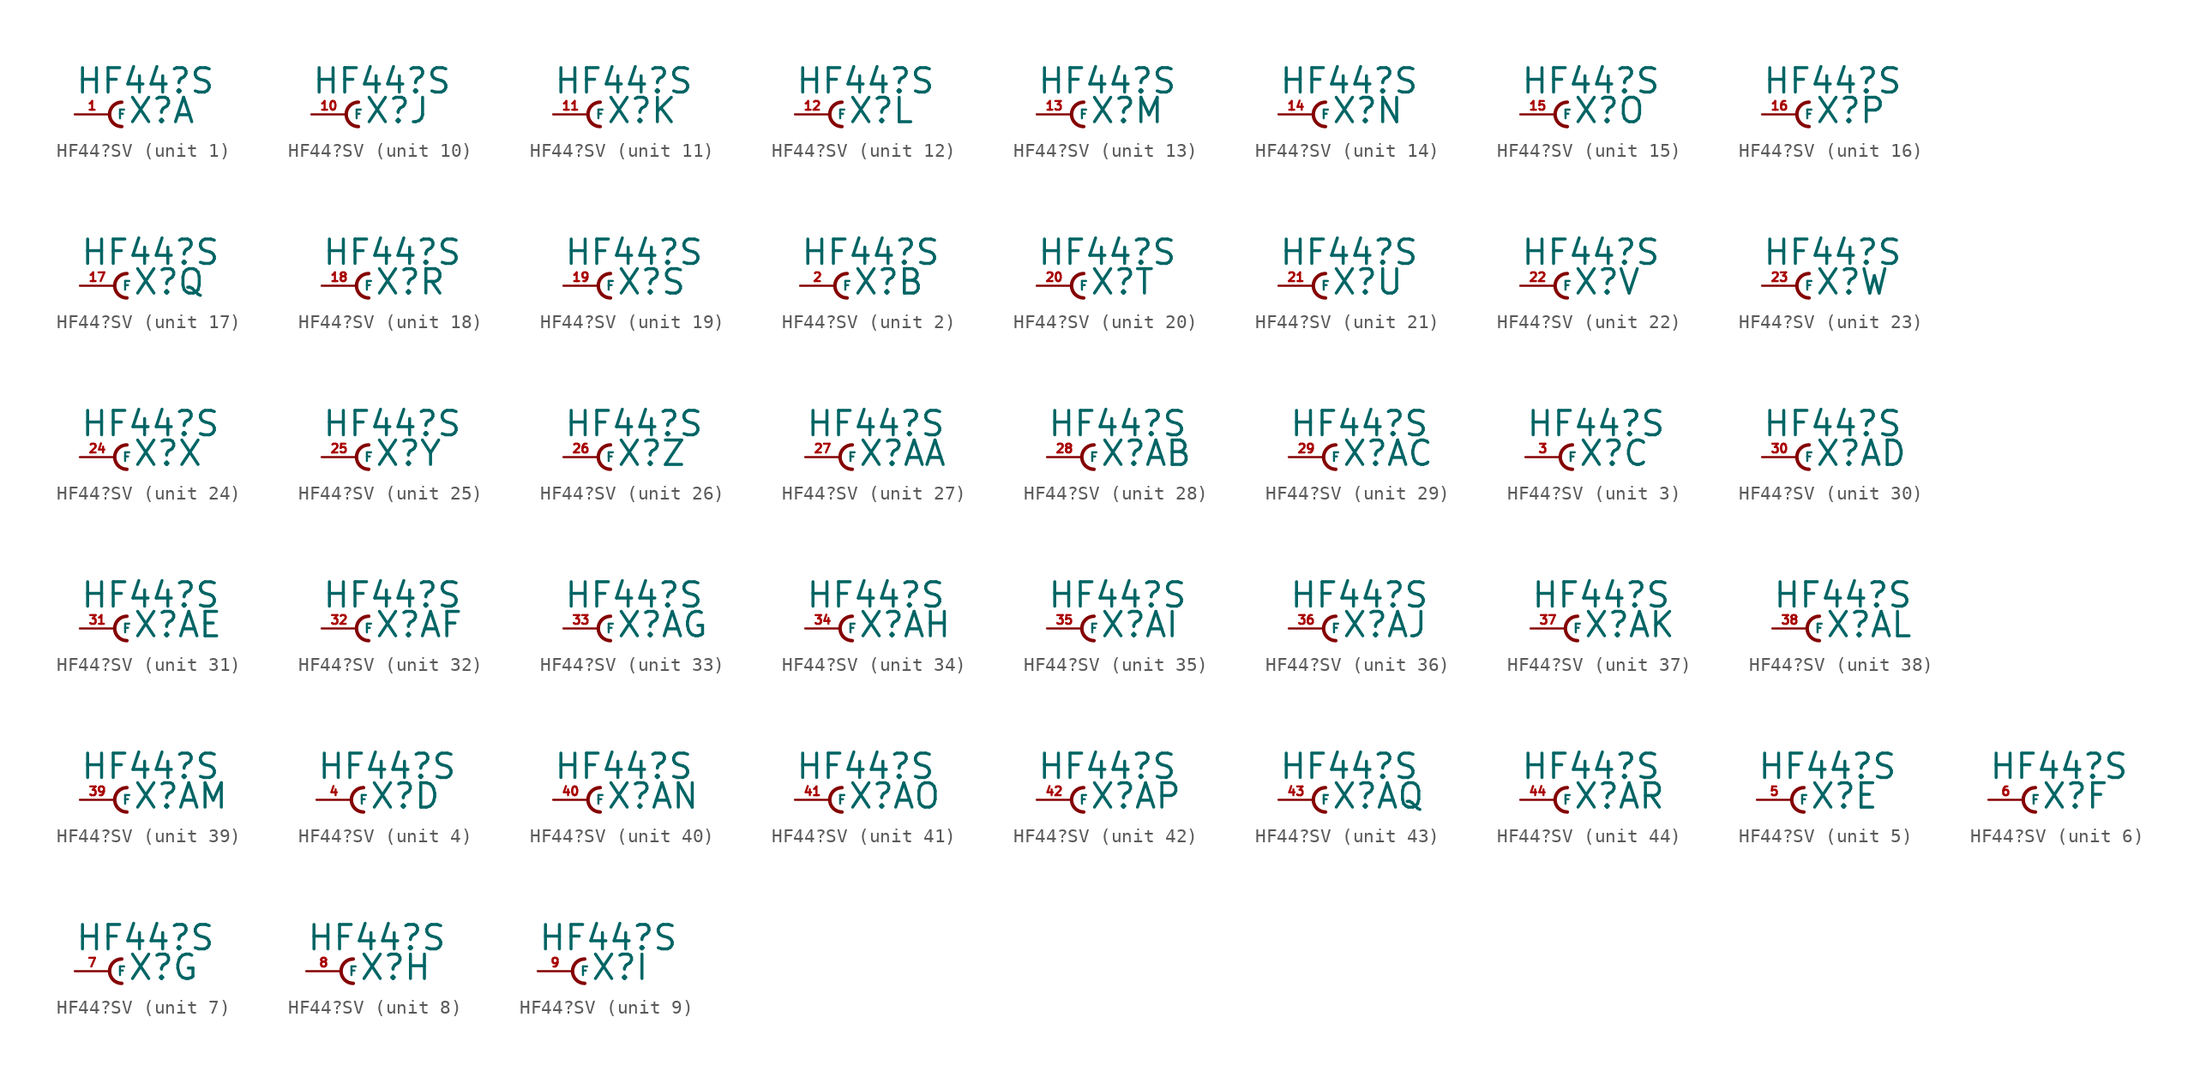
<source format=kicad_sym>
(kicad_symbol_lib
  (version 20220914)
  (generator Eagle2Kicad)
  (symbol "HF44?SV"
    (property "Reference" "X"
      (at 1.27 -0.762 0)
      (effects (font (size 1.778 1.778) (thickness 0.22)) (justify left bottom)))
    (property "Value" "HF44?S"
      (at -2.54 1.397 0)
      (effects (font (size 1.778 1.778) (thickness 0.22)) (justify left bottom)))
    (symbol "HF44?SV_1_0"
      (arc (start 0.889 0.889) (mid 0.000 0.000) (end 0.889 -0.889) (stroke (width 0.254) (type default)) (fill (type none)))
      (pin passive line (at -2.54 0 0) (length 2.54) (name "F" (effects (font (size 0.635 0.635) (thickness 0.08)) (justify left bottom))) (number "1" (effects (font (size 0.635 0.635) (thickness 0.08)) (justify left bottom)))))
    (symbol "HF44?SV_2_0"
      (arc (start 0.889 0.889) (mid 0.000 0.000) (end 0.889 -0.889) (stroke (width 0.254) (type default)) (fill (type none)))
      (pin passive line (at -2.54 0 0) (length 2.54) (name "F" (effects (font (size 0.635 0.635) (thickness 0.08)) (justify left bottom))) (number "2" (effects (font (size 0.635 0.635) (thickness 0.08)) (justify left bottom)))))
    (symbol "HF44?SV_3_0"
      (arc (start 0.889 0.889) (mid 0.000 0.000) (end 0.889 -0.889) (stroke (width 0.254) (type default)) (fill (type none)))
      (pin passive line (at -2.54 0 0) (length 2.54) (name "F" (effects (font (size 0.635 0.635) (thickness 0.08)) (justify left bottom))) (number "3" (effects (font (size 0.635 0.635) (thickness 0.08)) (justify left bottom)))))
    (symbol "HF44?SV_4_0"
      (arc (start 0.889 0.889) (mid 0.000 0.000) (end 0.889 -0.889) (stroke (width 0.254) (type default)) (fill (type none)))
      (pin passive line (at -2.54 0 0) (length 2.54) (name "F" (effects (font (size 0.635 0.635) (thickness 0.08)) (justify left bottom))) (number "4" (effects (font (size 0.635 0.635) (thickness 0.08)) (justify left bottom)))))
    (symbol "HF44?SV_5_0"
      (arc (start 0.889 0.889) (mid 0.000 0.000) (end 0.889 -0.889) (stroke (width 0.254) (type default)) (fill (type none)))
      (pin passive line (at -2.54 0 0) (length 2.54) (name "F" (effects (font (size 0.635 0.635) (thickness 0.08)) (justify left bottom))) (number "5" (effects (font (size 0.635 0.635) (thickness 0.08)) (justify left bottom)))))
    (symbol "HF44?SV_6_0"
      (arc (start 0.889 0.889) (mid 0.000 0.000) (end 0.889 -0.889) (stroke (width 0.254) (type default)) (fill (type none)))
      (pin passive line (at -2.54 0 0) (length 2.54) (name "F" (effects (font (size 0.635 0.635) (thickness 0.08)) (justify left bottom))) (number "6" (effects (font (size 0.635 0.635) (thickness 0.08)) (justify left bottom)))))
    (symbol "HF44?SV_7_0"
      (arc (start 0.889 0.889) (mid 0.000 0.000) (end 0.889 -0.889) (stroke (width 0.254) (type default)) (fill (type none)))
      (pin passive line (at -2.54 0 0) (length 2.54) (name "F" (effects (font (size 0.635 0.635) (thickness 0.08)) (justify left bottom))) (number "7" (effects (font (size 0.635 0.635) (thickness 0.08)) (justify left bottom)))))
    (symbol "HF44?SV_8_0"
      (arc (start 0.889 0.889) (mid 0.000 0.000) (end 0.889 -0.889) (stroke (width 0.254) (type default)) (fill (type none)))
      (pin passive line (at -2.54 0 0) (length 2.54) (name "F" (effects (font (size 0.635 0.635) (thickness 0.08)) (justify left bottom))) (number "8" (effects (font (size 0.635 0.635) (thickness 0.08)) (justify left bottom)))))
    (symbol "HF44?SV_9_0"
      (arc (start 0.889 0.889) (mid 0.000 0.000) (end 0.889 -0.889) (stroke (width 0.254) (type default)) (fill (type none)))
      (pin passive line (at -2.54 0 0) (length 2.54) (name "F" (effects (font (size 0.635 0.635) (thickness 0.08)) (justify left bottom))) (number "9" (effects (font (size 0.635 0.635) (thickness 0.08)) (justify left bottom)))))
    (symbol "HF44?SV_10_0"
      (arc (start 0.889 0.889) (mid 0.000 0.000) (end 0.889 -0.889) (stroke (width 0.254) (type default)) (fill (type none)))
      (pin passive line (at -2.54 0 0) (length 2.54) (name "F" (effects (font (size 0.635 0.635) (thickness 0.08)) (justify left bottom))) (number "10" (effects (font (size 0.635 0.635) (thickness 0.08)) (justify left bottom)))))
    (symbol "HF44?SV_11_0"
      (arc (start 0.889 0.889) (mid 0.000 0.000) (end 0.889 -0.889) (stroke (width 0.254) (type default)) (fill (type none)))
      (pin passive line (at -2.54 0 0) (length 2.54) (name "F" (effects (font (size 0.635 0.635) (thickness 0.08)) (justify left bottom))) (number "11" (effects (font (size 0.635 0.635) (thickness 0.08)) (justify left bottom)))))
    (symbol "HF44?SV_12_0"
      (arc (start 0.889 0.889) (mid 0.000 0.000) (end 0.889 -0.889) (stroke (width 0.254) (type default)) (fill (type none)))
      (pin passive line (at -2.54 0 0) (length 2.54) (name "F" (effects (font (size 0.635 0.635) (thickness 0.08)) (justify left bottom))) (number "12" (effects (font (size 0.635 0.635) (thickness 0.08)) (justify left bottom)))))
    (symbol "HF44?SV_13_0"
      (arc (start 0.889 0.889) (mid 0.000 0.000) (end 0.889 -0.889) (stroke (width 0.254) (type default)) (fill (type none)))
      (pin passive line (at -2.54 0 0) (length 2.54) (name "F" (effects (font (size 0.635 0.635) (thickness 0.08)) (justify left bottom))) (number "13" (effects (font (size 0.635 0.635) (thickness 0.08)) (justify left bottom)))))
    (symbol "HF44?SV_14_0"
      (arc (start 0.889 0.889) (mid 0.000 0.000) (end 0.889 -0.889) (stroke (width 0.254) (type default)) (fill (type none)))
      (pin passive line (at -2.54 0 0) (length 2.54) (name "F" (effects (font (size 0.635 0.635) (thickness 0.08)) (justify left bottom))) (number "14" (effects (font (size 0.635 0.635) (thickness 0.08)) (justify left bottom)))))
    (symbol "HF44?SV_15_0"
      (arc (start 0.889 0.889) (mid 0.000 0.000) (end 0.889 -0.889) (stroke (width 0.254) (type default)) (fill (type none)))
      (pin passive line (at -2.54 0 0) (length 2.54) (name "F" (effects (font (size 0.635 0.635) (thickness 0.08)) (justify left bottom))) (number "15" (effects (font (size 0.635 0.635) (thickness 0.08)) (justify left bottom)))))
    (symbol "HF44?SV_16_0"
      (arc (start 0.889 0.889) (mid 0.000 0.000) (end 0.889 -0.889) (stroke (width 0.254) (type default)) (fill (type none)))
      (pin passive line (at -2.54 0 0) (length 2.54) (name "F" (effects (font (size 0.635 0.635) (thickness 0.08)) (justify left bottom))) (number "16" (effects (font (size 0.635 0.635) (thickness 0.08)) (justify left bottom)))))
    (symbol "HF44?SV_17_0"
      (arc (start 0.889 0.889) (mid 0.000 0.000) (end 0.889 -0.889) (stroke (width 0.254) (type default)) (fill (type none)))
      (pin passive line (at -2.54 0 0) (length 2.54) (name "F" (effects (font (size 0.635 0.635) (thickness 0.08)) (justify left bottom))) (number "17" (effects (font (size 0.635 0.635) (thickness 0.08)) (justify left bottom)))))
    (symbol "HF44?SV_18_0"
      (arc (start 0.889 0.889) (mid 0.000 0.000) (end 0.889 -0.889) (stroke (width 0.254) (type default)) (fill (type none)))
      (pin passive line (at -2.54 0 0) (length 2.54) (name "F" (effects (font (size 0.635 0.635) (thickness 0.08)) (justify left bottom))) (number "18" (effects (font (size 0.635 0.635) (thickness 0.08)) (justify left bottom)))))
    (symbol "HF44?SV_19_0"
      (arc (start 0.889 0.889) (mid 0.000 0.000) (end 0.889 -0.889) (stroke (width 0.254) (type default)) (fill (type none)))
      (pin passive line (at -2.54 0 0) (length 2.54) (name "F" (effects (font (size 0.635 0.635) (thickness 0.08)) (justify left bottom))) (number "19" (effects (font (size 0.635 0.635) (thickness 0.08)) (justify left bottom)))))
    (symbol "HF44?SV_20_0"
      (arc (start 0.889 0.889) (mid 0.000 0.000) (end 0.889 -0.889) (stroke (width 0.254) (type default)) (fill (type none)))
      (pin passive line (at -2.54 0 0) (length 2.54) (name "F" (effects (font (size 0.635 0.635) (thickness 0.08)) (justify left bottom))) (number "20" (effects (font (size 0.635 0.635) (thickness 0.08)) (justify left bottom)))))
    (symbol "HF44?SV_21_0"
      (arc (start 0.889 0.889) (mid 0.000 0.000) (end 0.889 -0.889) (stroke (width 0.254) (type default)) (fill (type none)))
      (pin passive line (at -2.54 0 0) (length 2.54) (name "F" (effects (font (size 0.635 0.635) (thickness 0.08)) (justify left bottom))) (number "21" (effects (font (size 0.635 0.635) (thickness 0.08)) (justify left bottom)))))
    (symbol "HF44?SV_22_0"
      (arc (start 0.889 0.889) (mid 0.000 0.000) (end 0.889 -0.889) (stroke (width 0.254) (type default)) (fill (type none)))
      (pin passive line (at -2.54 0 0) (length 2.54) (name "F" (effects (font (size 0.635 0.635) (thickness 0.08)) (justify left bottom))) (number "22" (effects (font (size 0.635 0.635) (thickness 0.08)) (justify left bottom)))))
    (symbol "HF44?SV_23_0"
      (arc (start 0.889 0.889) (mid 0.000 0.000) (end 0.889 -0.889) (stroke (width 0.254) (type default)) (fill (type none)))
      (pin passive line (at -2.54 0 0) (length 2.54) (name "F" (effects (font (size 0.635 0.635) (thickness 0.08)) (justify left bottom))) (number "23" (effects (font (size 0.635 0.635) (thickness 0.08)) (justify left bottom)))))
    (symbol "HF44?SV_24_0"
      (arc (start 0.889 0.889) (mid 0.000 0.000) (end 0.889 -0.889) (stroke (width 0.254) (type default)) (fill (type none)))
      (pin passive line (at -2.54 0 0) (length 2.54) (name "F" (effects (font (size 0.635 0.635) (thickness 0.08)) (justify left bottom))) (number "24" (effects (font (size 0.635 0.635) (thickness 0.08)) (justify left bottom)))))
    (symbol "HF44?SV_25_0"
      (arc (start 0.889 0.889) (mid 0.000 0.000) (end 0.889 -0.889) (stroke (width 0.254) (type default)) (fill (type none)))
      (pin passive line (at -2.54 0 0) (length 2.54) (name "F" (effects (font (size 0.635 0.635) (thickness 0.08)) (justify left bottom))) (number "25" (effects (font (size 0.635 0.635) (thickness 0.08)) (justify left bottom)))))
    (symbol "HF44?SV_26_0"
      (arc (start 0.889 0.889) (mid 0.000 0.000) (end 0.889 -0.889) (stroke (width 0.254) (type default)) (fill (type none)))
      (pin passive line (at -2.54 0 0) (length 2.54) (name "F" (effects (font (size 0.635 0.635) (thickness 0.08)) (justify left bottom))) (number "26" (effects (font (size 0.635 0.635) (thickness 0.08)) (justify left bottom)))))
    (symbol "HF44?SV_27_0"
      (arc (start 0.889 0.889) (mid 0.000 0.000) (end 0.889 -0.889) (stroke (width 0.254) (type default)) (fill (type none)))
      (pin passive line (at -2.54 0 0) (length 2.54) (name "F" (effects (font (size 0.635 0.635) (thickness 0.08)) (justify left bottom))) (number "27" (effects (font (size 0.635 0.635) (thickness 0.08)) (justify left bottom)))))
    (symbol "HF44?SV_28_0"
      (arc (start 0.889 0.889) (mid 0.000 0.000) (end 0.889 -0.889) (stroke (width 0.254) (type default)) (fill (type none)))
      (pin passive line (at -2.54 0 0) (length 2.54) (name "F" (effects (font (size 0.635 0.635) (thickness 0.08)) (justify left bottom))) (number "28" (effects (font (size 0.635 0.635) (thickness 0.08)) (justify left bottom)))))
    (symbol "HF44?SV_29_0"
      (arc (start 0.889 0.889) (mid 0.000 0.000) (end 0.889 -0.889) (stroke (width 0.254) (type default)) (fill (type none)))
      (pin passive line (at -2.54 0 0) (length 2.54) (name "F" (effects (font (size 0.635 0.635) (thickness 0.08)) (justify left bottom))) (number "29" (effects (font (size 0.635 0.635) (thickness 0.08)) (justify left bottom)))))
    (symbol "HF44?SV_30_0"
      (arc (start 0.889 0.889) (mid 0.000 0.000) (end 0.889 -0.889) (stroke (width 0.254) (type default)) (fill (type none)))
      (pin passive line (at -2.54 0 0) (length 2.54) (name "F" (effects (font (size 0.635 0.635) (thickness 0.08)) (justify left bottom))) (number "30" (effects (font (size 0.635 0.635) (thickness 0.08)) (justify left bottom)))))
    (symbol "HF44?SV_31_0"
      (arc (start 0.889 0.889) (mid 0.000 0.000) (end 0.889 -0.889) (stroke (width 0.254) (type default)) (fill (type none)))
      (pin passive line (at -2.54 0 0) (length 2.54) (name "F" (effects (font (size 0.635 0.635) (thickness 0.08)) (justify left bottom))) (number "31" (effects (font (size 0.635 0.635) (thickness 0.08)) (justify left bottom)))))
    (symbol "HF44?SV_32_0"
      (arc (start 0.889 0.889) (mid 0.000 0.000) (end 0.889 -0.889) (stroke (width 0.254) (type default)) (fill (type none)))
      (pin passive line (at -2.54 0 0) (length 2.54) (name "F" (effects (font (size 0.635 0.635) (thickness 0.08)) (justify left bottom))) (number "32" (effects (font (size 0.635 0.635) (thickness 0.08)) (justify left bottom)))))
    (symbol "HF44?SV_33_0"
      (arc (start 0.889 0.889) (mid 0.000 0.000) (end 0.889 -0.889) (stroke (width 0.254) (type default)) (fill (type none)))
      (pin passive line (at -2.54 0 0) (length 2.54) (name "F" (effects (font (size 0.635 0.635) (thickness 0.08)) (justify left bottom))) (number "33" (effects (font (size 0.635 0.635) (thickness 0.08)) (justify left bottom)))))
    (symbol "HF44?SV_34_0"
      (arc (start 0.889 0.889) (mid 0.000 0.000) (end 0.889 -0.889) (stroke (width 0.254) (type default)) (fill (type none)))
      (pin passive line (at -2.54 0 0) (length 2.54) (name "F" (effects (font (size 0.635 0.635) (thickness 0.08)) (justify left bottom))) (number "34" (effects (font (size 0.635 0.635) (thickness 0.08)) (justify left bottom)))))
    (symbol "HF44?SV_35_0"
      (arc (start 0.889 0.889) (mid 0.000 0.000) (end 0.889 -0.889) (stroke (width 0.254) (type default)) (fill (type none)))
      (pin passive line (at -2.54 0 0) (length 2.54) (name "F" (effects (font (size 0.635 0.635) (thickness 0.08)) (justify left bottom))) (number "35" (effects (font (size 0.635 0.635) (thickness 0.08)) (justify left bottom)))))
    (symbol "HF44?SV_36_0"
      (arc (start 0.889 0.889) (mid 0.000 0.000) (end 0.889 -0.889) (stroke (width 0.254) (type default)) (fill (type none)))
      (pin passive line (at -2.54 0 0) (length 2.54) (name "F" (effects (font (size 0.635 0.635) (thickness 0.08)) (justify left bottom))) (number "36" (effects (font (size 0.635 0.635) (thickness 0.08)) (justify left bottom)))))
    (symbol "HF44?SV_37_0"
      (arc (start 0.889 0.889) (mid 0.000 0.000) (end 0.889 -0.889) (stroke (width 0.254) (type default)) (fill (type none)))
      (pin passive line (at -2.54 0 0) (length 2.54) (name "F" (effects (font (size 0.635 0.635) (thickness 0.08)) (justify left bottom))) (number "37" (effects (font (size 0.635 0.635) (thickness 0.08)) (justify left bottom)))))
    (symbol "HF44?SV_38_0"
      (arc (start 0.889 0.889) (mid 0.000 0.000) (end 0.889 -0.889) (stroke (width 0.254) (type default)) (fill (type none)))
      (pin passive line (at -2.54 0 0) (length 2.54) (name "F" (effects (font (size 0.635 0.635) (thickness 0.08)) (justify left bottom))) (number "38" (effects (font (size 0.635 0.635) (thickness 0.08)) (justify left bottom)))))
    (symbol "HF44?SV_39_0"
      (arc (start 0.889 0.889) (mid 0.000 0.000) (end 0.889 -0.889) (stroke (width 0.254) (type default)) (fill (type none)))
      (pin passive line (at -2.54 0 0) (length 2.54) (name "F" (effects (font (size 0.635 0.635) (thickness 0.08)) (justify left bottom))) (number "39" (effects (font (size 0.635 0.635) (thickness 0.08)) (justify left bottom)))))
    (symbol "HF44?SV_40_0"
      (arc (start 0.889 0.889) (mid 0.000 0.000) (end 0.889 -0.889) (stroke (width 0.254) (type default)) (fill (type none)))
      (pin passive line (at -2.54 0 0) (length 2.54) (name "F" (effects (font (size 0.635 0.635) (thickness 0.08)) (justify left bottom))) (number "40" (effects (font (size 0.635 0.635) (thickness 0.08)) (justify left bottom)))))
    (symbol "HF44?SV_41_0"
      (arc (start 0.889 0.889) (mid 0.000 0.000) (end 0.889 -0.889) (stroke (width 0.254) (type default)) (fill (type none)))
      (pin passive line (at -2.54 0 0) (length 2.54) (name "F" (effects (font (size 0.635 0.635) (thickness 0.08)) (justify left bottom))) (number "41" (effects (font (size 0.635 0.635) (thickness 0.08)) (justify left bottom)))))
    (symbol "HF44?SV_42_0"
      (arc (start 0.889 0.889) (mid 0.000 0.000) (end 0.889 -0.889) (stroke (width 0.254) (type default)) (fill (type none)))
      (pin passive line (at -2.54 0 0) (length 2.54) (name "F" (effects (font (size 0.635 0.635) (thickness 0.08)) (justify left bottom))) (number "42" (effects (font (size 0.635 0.635) (thickness 0.08)) (justify left bottom)))))
    (symbol "HF44?SV_43_0"
      (arc (start 0.889 0.889) (mid 0.000 0.000) (end 0.889 -0.889) (stroke (width 0.254) (type default)) (fill (type none)))
      (pin passive line (at -2.54 0 0) (length 2.54) (name "F" (effects (font (size 0.635 0.635) (thickness 0.08)) (justify left bottom))) (number "43" (effects (font (size 0.635 0.635) (thickness 0.08)) (justify left bottom)))))
    (symbol "HF44?SV_44_0"
      (arc (start 0.889 0.889) (mid 0.000 0.000) (end 0.889 -0.889) (stroke (width 0.254) (type default)) (fill (type none)))
      (pin passive line (at -2.54 0 0) (length 2.54) (name "F" (effects (font (size 0.635 0.635) (thickness 0.08)) (justify left bottom))) (number "44" (effects (font (size 0.635 0.635) (thickness 0.08)) (justify left bottom)))))))
</source>
